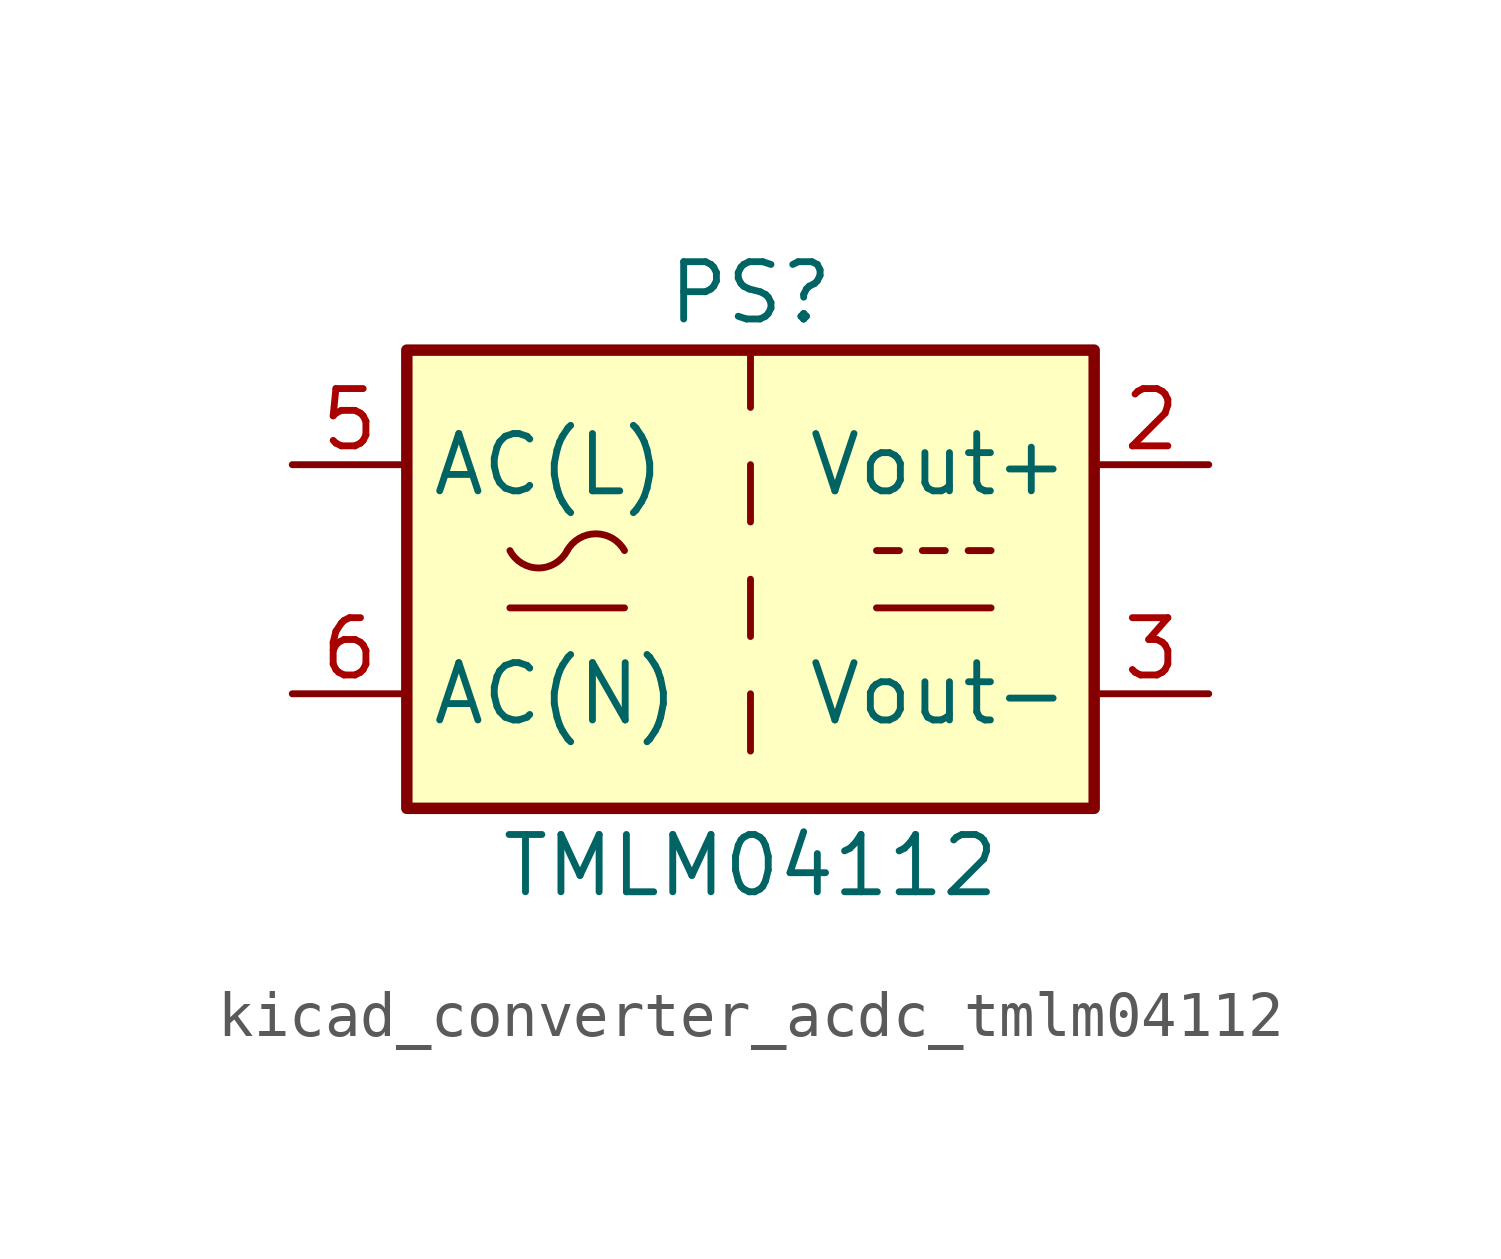
<source format=kicad_sym>
(kicad_symbol_lib
  (version 20220914)
  (generator kicad_symbol_editor)
  (symbol "kicad_converter_acdc_tmlm04112"
    (property "Reference" "PS"
      (at 0 6.35 0)
      (effects (font (size 1.27 1.27))))
    (property "Value" "TMLM04112"
      (at 0 -6.35 0)
      (effects (font (size 1.27 1.27))))
    (symbol "kicad_converter_acdc_tmlm04112_0_1"
      (rectangle (start -7.62 5.08) (end 7.62 -5.08) (stroke (width 0.254) (type default)) (fill (type background)))
      (arc (start -5.334 0.635) (mid -4.699 0.2495) (end -4.064 0.635) (stroke (width 0) (type default)) (fill (type none)))
      (arc (start -2.794 0.635) (mid -3.429 1.0072) (end -4.064 0.635) (stroke (width 0) (type default)) (fill (type none)))
      (polyline (pts (xy -5.334 -0.635) (xy -2.794 -0.635)) (stroke (width 0) (type default)) (fill (type none)))
      (polyline (pts (xy 0 -2.54) (xy 0 -3.81)) (stroke (width 0) (type default)) (fill (type none)))
      (polyline (pts (xy 0 0) (xy 0 -1.27)) (stroke (width 0) (type default)) (fill (type none)))
      (polyline (pts (xy 0 2.54) (xy 0 1.27)) (stroke (width 0) (type default)) (fill (type none)))
      (polyline (pts (xy 0 5.08) (xy 0 3.81)) (stroke (width 0) (type default)) (fill (type none)))
      (polyline (pts (xy 2.794 -0.635) (xy 5.334 -0.635)) (stroke (width 0) (type default)) (fill (type none)))
      (polyline (pts (xy 2.794 0.635) (xy 3.302 0.635)) (stroke (width 0) (type default)) (fill (type none)))
      (polyline (pts (xy 3.81 0.635) (xy 4.318 0.635)) (stroke (width 0) (type default)) (fill (type none)))
      (polyline (pts (xy 4.826 0.635) (xy 5.334 0.635)) (stroke (width 0) (type default)) (fill (type none))))
    (symbol "kicad_converter_acdc_tmlm04112_1_1"
      (pin power_out line (at 10.16 2.54 180) (length 2.54) (name "Vout+" (effects (font (size 1.27 1.27)))) (number "2" (effects (font (size 1.27 1.27)))))
      (pin power_out line (at 10.16 -2.54 180) (length 2.54) (name "Vout-" (effects (font (size 1.27 1.27)))) (number "3" (effects (font (size 1.27 1.27)))))
      (pin power_in line (at -10.16 2.54 0) (length 2.54) (name "AC(L)" (effects (font (size 1.27 1.27)))) (number "5" (effects (font (size 1.27 1.27)))))
      (pin power_in line (at -10.16 -2.54 0) (length 2.54) (name "AC(N)" (effects (font (size 1.27 1.27)))) (number "6" (effects (font (size 1.27 1.27))))))))
</source>
